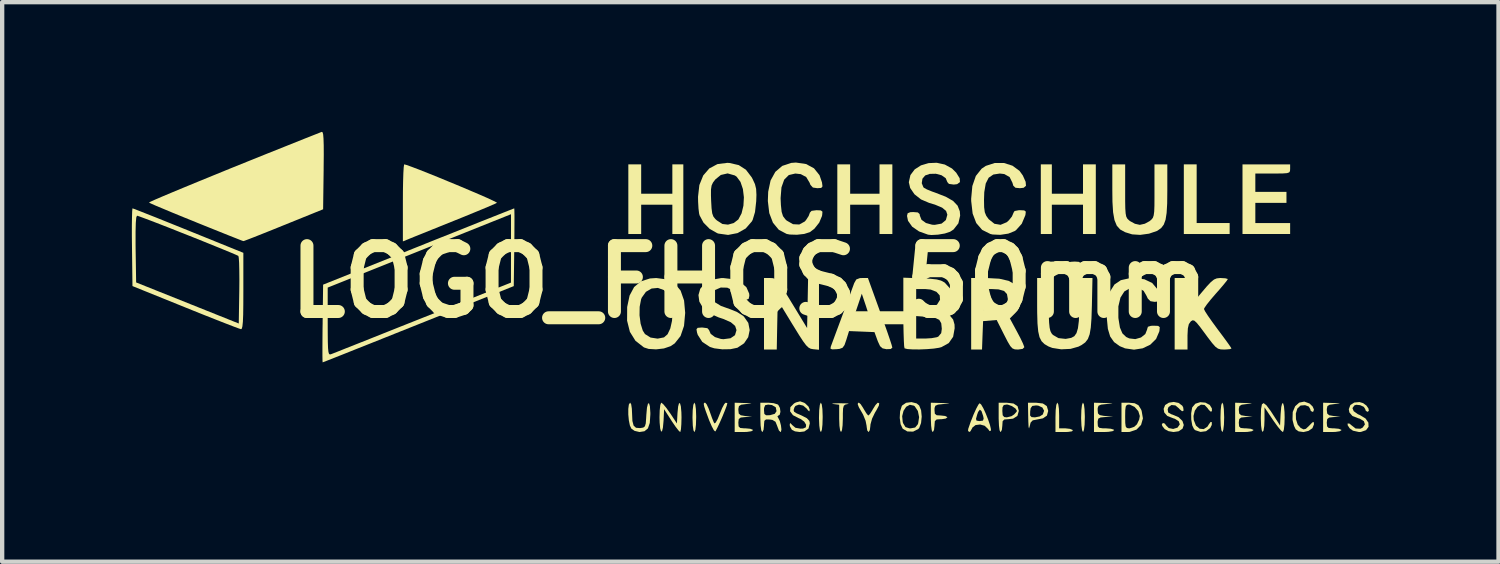
<source format=kicad_pcb>
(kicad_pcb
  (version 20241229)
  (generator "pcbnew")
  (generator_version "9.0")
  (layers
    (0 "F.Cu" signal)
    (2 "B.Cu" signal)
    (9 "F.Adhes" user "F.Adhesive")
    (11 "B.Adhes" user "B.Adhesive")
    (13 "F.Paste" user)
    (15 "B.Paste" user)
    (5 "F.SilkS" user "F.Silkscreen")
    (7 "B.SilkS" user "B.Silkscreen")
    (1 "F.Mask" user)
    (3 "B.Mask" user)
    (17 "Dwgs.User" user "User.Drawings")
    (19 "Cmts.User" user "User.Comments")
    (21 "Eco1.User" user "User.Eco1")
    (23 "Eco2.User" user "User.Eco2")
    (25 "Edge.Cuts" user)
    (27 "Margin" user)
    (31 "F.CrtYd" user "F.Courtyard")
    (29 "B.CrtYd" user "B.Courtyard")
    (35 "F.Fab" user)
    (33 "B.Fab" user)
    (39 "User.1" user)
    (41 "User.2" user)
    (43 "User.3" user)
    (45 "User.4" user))
  (footprint "LOGO_FHOS_50mm"
    (layer "F.Cu")
    (at 14.283 3.466)
    (property "Reference" "LOGO_FHOS_50mm" (at 0 0 0) (layer "F.SilkS") (effects (font (size 1.524 1.524) (thickness 0.3))))
    (attr board_only exclude_from_pos_files exclude_from_bom)
    (fp_poly (pts (xy 10.347 -1.357) (xy 11.11 -1.357) (xy 11.11 -1.103) (xy 10.05 -1.103) (xy 10.05 -2.714) (xy 10.347 -2.714)) (stroke (width 0) (type solid)) (fill yes) (layer "F.SilkS"))
    (fp_poly (pts (xy -2.502 -2.035) (xy -1.781 -2.035) (xy -1.781 -2.714) (xy -1.527 -2.714) (xy -1.527 -1.103) (xy -1.781 -1.103) (xy -1.781 -1.781) (xy -2.502 -1.781) (xy -2.502 -1.103) (xy -2.799 -1.103) (xy -2.799 -2.714) (xy -2.502 -2.714)) (stroke (width 0) (type solid)) (fill yes) (layer "F.SilkS"))
    (fp_poly (pts (xy 2.332 -2.035) (xy 3.011 -2.035) (xy 3.011 -2.714) (xy 3.308 -2.714) (xy 3.308 -1.103) (xy 3.011 -1.103) (xy 3.011 -1.781) (xy 2.332 -1.781) (xy 2.332 -1.103) (xy 2.035 -1.103) (xy 2.035 -2.714) (xy 2.332 -2.714)) (stroke (width 0) (type solid)) (fill yes) (layer "F.SilkS"))
    (fp_poly (pts (xy 6.997 -2.035) (xy 7.718 -2.035) (xy 7.718 -2.714) (xy 8.014 -2.714) (xy 8.014 -1.103) (xy 7.718 -1.103) (xy 7.718 -1.781) (xy 6.997 -1.781) (xy 6.997 -1.103) (xy 6.742 -1.103) (xy 6.742 -2.714) (xy 6.997 -2.714)) (stroke (width 0) (type solid)) (fill yes) (layer "F.SilkS"))
    (fp_poly (pts (xy 7.118 -0.459) (xy 7.158 -0.423) (xy 7.166 -0.339) (xy 7.158 -0.254) (xy 7.116 -0.219) (xy 7.018 -0.212) (xy 6.918 -0.219) (xy 6.877 -0.255) (xy 6.869 -0.339) (xy 6.878 -0.425) (xy 6.92 -0.46) (xy 7.018 -0.466)) (stroke (width 0) (type solid)) (fill yes) (layer "F.SilkS"))
    (fp_poly (pts (xy 7.626 -0.459) (xy 7.667 -0.423) (xy 7.675 -0.339) (xy 7.667 -0.254) (xy 7.625 -0.219) (xy 7.527 -0.212) (xy 7.427 -0.219) (xy 7.386 -0.255) (xy 7.378 -0.339) (xy 7.387 -0.425) (xy 7.429 -0.46) (xy 7.527 -0.466)) (stroke (width 0) (type solid)) (fill yes) (layer "F.SilkS"))
    (fp_poly (pts (xy -1.251 2.838) (xy -1.236 2.947) (xy -1.23 3.108) (xy -1.23 3.138) (xy -1.235 3.306) (xy -1.248 3.424) (xy -1.268 3.476) (xy -1.272 3.477) (xy -1.293 3.437) (xy -1.308 3.329) (xy -1.314 3.168) (xy -1.315 3.138) (xy -1.31 2.97) (xy -1.296 2.852) (xy -1.276 2.8) (xy -1.272 2.799)) (stroke (width 0) (type solid)) (fill yes) (layer "F.SilkS"))
    (fp_poly (pts (xy 1.675 2.838) (xy 1.69 2.947) (xy 1.696 3.108) (xy 1.696 3.138) (xy 1.691 3.306) (xy 1.678 3.424) (xy 1.658 3.476) (xy 1.654 3.477) (xy 1.633 3.437) (xy 1.618 3.329) (xy 1.611 3.168) (xy 1.611 3.138) (xy 1.616 2.97) (xy 1.63 2.852) (xy 1.65 2.8) (xy 1.654 2.799)) (stroke (width 0) (type solid)) (fill yes) (layer "F.SilkS"))
    (fp_poly (pts (xy 7.739 2.838) (xy 7.753 2.947) (xy 7.76 3.108) (xy 7.76 3.138) (xy 7.755 3.306) (xy 7.741 3.424) (xy 7.721 3.476) (xy 7.718 3.477) (xy 7.697 3.437) (xy 7.682 3.329) (xy 7.675 3.168) (xy 7.675 3.138) (xy 7.68 2.97) (xy 7.694 2.852) (xy 7.714 2.8) (xy 7.718 2.799)) (stroke (width 0) (type solid)) (fill yes) (layer "F.SilkS"))
    (fp_poly (pts (xy 10.961 2.838) (xy 10.976 2.947) (xy 10.982 3.108) (xy 10.983 3.138) (xy 10.978 3.306) (xy 10.964 3.424) (xy 10.944 3.476) (xy 10.94 3.477) (xy 10.919 3.437) (xy 10.904 3.329) (xy 10.898 3.168) (xy 10.898 3.138) (xy 10.903 2.97) (xy 10.916 2.852) (xy 10.936 2.8) (xy 10.94 2.799)) (stroke (width 0) (type solid)) (fill yes) (layer "F.SilkS"))
    (fp_poly (pts (xy 7.146 2.838) (xy 7.161 2.943) (xy 7.166 3.095) (xy 7.166 3.392) (xy 7.312 3.392) (xy 7.418 3.404) (xy 7.481 3.431) (xy 7.484 3.435) (xy 7.463 3.461) (xy 7.369 3.475) (xy 7.296 3.477) (xy 7.081 3.477) (xy 7.081 3.138) (xy 7.086 2.97) (xy 7.1 2.852) (xy 7.12 2.8) (xy 7.124 2.799)) (stroke (width 0) (type solid)) (fill yes) (layer "F.SilkS"))
    (fp_poly (pts (xy 12.509 -2.608) (xy 12.506 -2.559) (xy 12.487 -2.528) (xy 12.436 -2.511) (xy 12.337 -2.504) (xy 12.174 -2.502) (xy 12.106 -2.502) (xy 11.704 -2.502) (xy 11.704 -2.078) (xy 12.424 -2.078) (xy 12.424 -1.823) (xy 11.704 -1.823) (xy 11.704 -1.357) (xy 12.509 -1.357) (xy 12.509 -1.103) (xy 11.407 -1.103) (xy 11.407 -2.714) (xy 12.509 -2.714)) (stroke (width 0) (type solid)) (fill yes) (layer "F.SilkS"))
    (fp_poly (pts (xy 2.226 2.814) (xy 2.293 2.819) (xy 2.29 2.827) (xy 2.279 2.829) (xy 2.22 2.842) (xy 2.185 2.869) (xy 2.168 2.932) (xy 2.163 3.047) (xy 2.163 3.162) (xy 2.157 3.321) (xy 2.143 3.432) (xy 2.122 3.477) (xy 2.12 3.477) (xy 2.099 3.438) (xy 2.084 3.331) (xy 2.078 3.175) (xy 2.078 3.162) (xy 2.078 2.846) (xy 1.94 2.829) (xy 1.91 2.821) (xy 1.956 2.815) (xy 2.066 2.812) (xy 2.099 2.812)) (stroke (width 0) (type solid)) (fill yes) (layer "F.SilkS"))
    (fp_poly (pts (xy 0.542 -0.082) (xy 0.59 -0.067) (xy 0.639 -0.028) (xy 0.699 0.044) (xy 0.777 0.16) (xy 0.884 0.33) (xy 0.984 0.494) (xy 1.336 1.072) (xy 1.348 0.494) (xy 1.359 -0.085) (xy 1.611 -0.085) (xy 1.611 1.574) (xy 1.475 1.561) (xy 1.42 1.551) (xy 1.369 1.524) (xy 1.313 1.47) (xy 1.244 1.378) (xy 1.152 1.237) (xy 1.028 1.036) (xy 0.998 0.988) (xy 0.657 0.428) (xy 0.645 0.998) (xy 0.634 1.569) (xy 0.339 1.569) (xy 0.339 -0.085) (xy 0.485 -0.085)) (stroke (width 0) (type solid)) (fill yes) (layer "F.SilkS"))
    (fp_poly (pts (xy -0.51 2.808) (xy -0.509 2.81) (xy -0.524 2.869) (xy -0.565 2.978) (xy -0.62 3.113) (xy -0.68 3.251) (xy -0.736 3.371) (xy -0.776 3.448) (xy -0.79 3.465) (xy -0.822 3.434) (xy -0.871 3.342) (xy -0.93 3.205) (xy -0.944 3.167) (xy -1.008 2.994) (xy -1.044 2.886) (xy -1.055 2.827) (xy -1.046 2.803) (xy -1.021 2.799) (xy -0.988 2.836) (xy -0.943 2.931) (xy -0.91 3.021) (xy -0.864 3.151) (xy -0.825 3.247) (xy -0.807 3.278) (xy -0.778 3.259) (xy -0.733 3.178) (xy -0.683 3.055) (xy -0.629 2.923) (xy -0.58 2.831) (xy -0.549 2.799)) (stroke (width 0) (type solid)) (fill yes) (layer "F.SilkS"))
    (fp_poly (pts (xy -0.117 2.806) (xy 0.007 2.811) (xy 0.049 2.815) (xy 0.015 2.821) (xy -0.074 2.83) (xy -0.188 2.845) (xy -0.24 2.876) (xy -0.254 2.941) (xy -0.254 2.968) (xy -0.245 3.05) (xy -0.2 3.089) (xy -0.095 3.107) (xy -0.095 3.107) (xy 0.064 3.124) (xy -0.095 3.131) (xy -0.2 3.142) (xy -0.245 3.176) (xy -0.254 3.255) (xy -0.254 3.265) (xy -0.248 3.347) (xy -0.211 3.383) (xy -0.121 3.392) (xy -0.085 3.392) (xy 0.021 3.402) (xy 0.08 3.425) (xy 0.085 3.435) (xy 0.047 3.459) (xy -0.051 3.474) (xy -0.127 3.477) (xy -0.339 3.477) (xy -0.339 2.799)) (stroke (width 0) (type solid)) (fill yes) (layer "F.SilkS"))
    (fp_poly (pts (xy 4.442 2.806) (xy 4.575 2.811) (xy 4.627 2.815) (xy 4.602 2.82) (xy 4.502 2.828) (xy 4.484 2.83) (xy 4.363 2.843) (xy 4.303 2.869) (xy 4.284 2.921) (xy 4.283 2.971) (xy 4.291 3.055) (xy 4.334 3.089) (xy 4.431 3.095) (xy 4.529 3.106) (xy 4.578 3.132) (xy 4.58 3.138) (xy 4.542 3.166) (xy 4.451 3.18) (xy 4.431 3.18) (xy 4.332 3.187) (xy 4.291 3.224) (xy 4.283 3.317) (xy 4.283 3.329) (xy 4.272 3.427) (xy 4.246 3.476) (xy 4.24 3.477) (xy 4.219 3.437) (xy 4.205 3.329) (xy 4.198 3.168) (xy 4.198 3.138) (xy 4.198 2.799)) (stroke (width 0) (type solid)) (fill yes) (layer "F.SilkS"))
    (fp_poly (pts (xy 6.789 2.817) (xy 6.88 2.877) (xy 6.912 2.983) (xy 6.912 2.993) (xy 6.883 3.098) (xy 6.791 3.161) (xy 6.657 3.187) (xy 6.555 3.207) (xy 6.506 3.259) (xy 6.483 3.35) (xy 6.469 3.395) (xy 6.459 3.357) (xy 6.453 3.235) (xy 6.451 3.148) (xy 6.45 3.095) (xy 6.494 3.095) (xy 6.528 3.132) (xy 6.607 3.138) (xy 6.717 3.116) (xy 6.788 3.071) (xy 6.818 2.985) (xy 6.779 2.911) (xy 6.684 2.867) (xy 6.632 2.862) (xy 6.545 2.874) (xy 6.507 2.925) (xy 6.496 3) (xy 6.494 3.095) (xy 6.45 3.095) (xy 6.445 2.799) (xy 6.628 2.799)) (stroke (width 0) (type solid)) (fill yes) (layer "F.SilkS"))
    (fp_poly (pts (xy 11.46 2.806) (xy 11.583 2.811) (xy 11.626 2.815) (xy 11.591 2.821) (xy 11.502 2.83) (xy 11.389 2.845) (xy 11.337 2.876) (xy 11.322 2.941) (xy 11.322 2.968) (xy 11.331 3.05) (xy 11.376 3.089) (xy 11.481 3.107) (xy 11.481 3.107) (xy 11.64 3.124) (xy 11.481 3.131) (xy 11.376 3.142) (xy 11.332 3.176) (xy 11.322 3.255) (xy 11.322 3.265) (xy 11.329 3.347) (xy 11.365 3.383) (xy 11.455 3.392) (xy 11.491 3.392) (xy 11.598 3.402) (xy 11.657 3.425) (xy 11.661 3.435) (xy 11.623 3.459) (xy 11.525 3.474) (xy 11.449 3.477) (xy 11.237 3.477) (xy 11.237 2.799)) (stroke (width 0) (type solid)) (fill yes) (layer "F.SilkS"))
    (fp_poly (pts (xy 11.961 2.859) (xy 12.057 2.988) (xy 12.106 3.063) (xy 12.276 3.327) (xy 12.289 3.063) (xy 12.303 2.9) (xy 12.324 2.817) (xy 12.346 2.811) (xy 12.366 2.879) (xy 12.379 3.017) (xy 12.382 3.138) (xy 12.377 3.301) (xy 12.364 3.42) (xy 12.345 3.475) (xy 12.34 3.477) (xy 12.299 3.444) (xy 12.226 3.357) (xy 12.135 3.232) (xy 12.107 3.191) (xy 11.916 2.906) (xy 11.916 3.191) (xy 11.91 3.339) (xy 11.894 3.441) (xy 11.873 3.477) (xy 11.852 3.437) (xy 11.837 3.329) (xy 11.831 3.168) (xy 11.831 3.138) (xy 11.836 2.946) (xy 11.856 2.837) (xy 11.896 2.808)) (stroke (width 0) (type solid)) (fill yes) (layer "F.SilkS"))
    (fp_poly (pts (xy 13.495 2.806) (xy 13.619 2.811) (xy 13.661 2.815) (xy 13.627 2.821) (xy 13.537 2.83) (xy 13.424 2.845) (xy 13.372 2.876) (xy 13.358 2.941) (xy 13.357 2.968) (xy 13.367 3.05) (xy 13.411 3.089) (xy 13.516 3.107) (xy 13.516 3.107) (xy 13.675 3.124) (xy 13.516 3.131) (xy 13.412 3.142) (xy 13.367 3.176) (xy 13.357 3.255) (xy 13.357 3.265) (xy 13.364 3.347) (xy 13.4 3.383) (xy 13.49 3.392) (xy 13.527 3.392) (xy 13.633 3.402) (xy 13.692 3.425) (xy 13.696 3.435) (xy 13.658 3.459) (xy 13.561 3.474) (xy 13.484 3.477) (xy 13.272 3.477) (xy 13.272 2.799)) (stroke (width 0) (type solid)) (fill yes) (layer "F.SilkS"))
    (fp_poly (pts (xy -2.733 2.837) (xy -2.718 2.937) (xy -2.713 3.042) (xy -2.705 3.221) (xy -2.677 3.328) (xy -2.622 3.379) (xy -2.532 3.386) (xy -2.518 3.385) (xy -2.453 3.374) (xy -2.416 3.345) (xy -2.396 3.279) (xy -2.387 3.157) (xy -2.383 3.085) (xy -2.368 2.914) (xy -2.345 2.822) (xy -2.321 2.811) (xy -2.3 2.88) (xy -2.29 3.032) (xy -2.29 3.071) (xy -2.303 3.267) (xy -2.346 3.393) (xy -2.426 3.459) (xy -2.541 3.477) (xy -2.655 3.45) (xy -2.728 3.4) (xy -2.763 3.326) (xy -2.787 3.209) (xy -2.8 3.072) (xy -2.8 2.942) (xy -2.787 2.842) (xy -2.759 2.799) (xy -2.756 2.799)) (stroke (width 0) (type solid)) (fill yes) (layer "F.SilkS"))
    (fp_poly (pts (xy -1.993 2.832) (xy -1.921 2.918) (xy -1.835 3.039) (xy -1.834 3.039) (xy -1.675 3.28) (xy -1.662 3.039) (xy -1.647 2.886) (xy -1.627 2.812) (xy -1.604 2.812) (xy -1.584 2.884) (xy -1.572 3.021) (xy -1.569 3.138) (xy -1.573 3.295) (xy -1.582 3.414) (xy -1.596 3.473) (xy -1.601 3.477) (xy -1.637 3.443) (xy -1.705 3.356) (xy -1.79 3.232) (xy -1.802 3.213) (xy -1.972 2.949) (xy -1.984 3.213) (xy -1.999 3.376) (xy -2.02 3.459) (xy -2.042 3.465) (xy -2.062 3.397) (xy -2.075 3.259) (xy -2.078 3.138) (xy -2.073 2.972) (xy -2.06 2.854) (xy -2.04 2.8) (xy -2.036 2.799)) (stroke (width 0) (type solid)) (fill yes) (layer "F.SilkS"))
    (fp_poly (pts (xy 3.005 2.814) (xy 2.995 2.868) (xy 2.939 2.974) (xy 2.904 3.032) (xy 2.839 3.167) (xy 2.802 3.301) (xy 2.799 3.339) (xy 2.787 3.433) (xy 2.759 3.477) (xy 2.756 3.477) (xy 2.727 3.44) (xy 2.713 3.35) (xy 2.713 3.339) (xy 2.689 3.217) (xy 2.632 3.076) (xy 2.607 3.032) (xy 2.532 2.902) (xy 2.505 2.828) (xy 2.522 2.8) (xy 2.535 2.799) (xy 2.574 2.832) (xy 2.63 2.917) (xy 2.647 2.947) (xy 2.704 3.041) (xy 2.746 3.092) (xy 2.753 3.095) (xy 2.788 3.062) (xy 2.842 2.978) (xy 2.859 2.947) (xy 2.918 2.853) (xy 2.966 2.802) (xy 2.975 2.799)) (stroke (width 0) (type solid)) (fill yes) (layer "F.SilkS"))
    (fp_poly (pts (xy 8.216 2.806) (xy 8.349 2.811) (xy 8.401 2.815) (xy 8.376 2.82) (xy 8.276 2.828) (xy 8.258 2.83) (xy 8.137 2.843) (xy 8.077 2.869) (xy 8.058 2.921) (xy 8.057 2.968) (xy 8.064 3.046) (xy 8.103 3.085) (xy 8.196 3.103) (xy 8.237 3.107) (xy 8.417 3.123) (xy 8.237 3.13) (xy 8.124 3.14) (xy 8.072 3.167) (xy 8.057 3.23) (xy 8.057 3.265) (xy 8.062 3.343) (xy 8.094 3.38) (xy 8.176 3.392) (xy 8.248 3.392) (xy 8.361 3.401) (xy 8.43 3.422) (xy 8.438 3.435) (xy 8.4 3.458) (xy 8.301 3.473) (xy 8.205 3.477) (xy 7.972 3.477) (xy 7.972 2.799)) (stroke (width 0) (type solid)) (fill yes) (layer "F.SilkS"))
    (fp_poly (pts (xy 8.767 2.799) (xy 8.912 2.811) (xy 9 2.857) (xy 9.06 2.953) (xy 9.074 2.987) (xy 9.104 3.162) (xy 9.061 3.312) (xy 8.956 3.421) (xy 8.799 3.474) (xy 8.747 3.477) (xy 8.608 3.477) (xy 8.608 3.117) (xy 8.693 3.117) (xy 8.695 3.265) (xy 8.705 3.347) (xy 8.732 3.384) (xy 8.781 3.392) (xy 8.796 3.392) (xy 8.902 3.357) (xy 8.966 3.298) (xy 9.017 3.19) (xy 9.032 3.107) (xy 8.997 2.994) (xy 8.911 2.896) (xy 8.804 2.844) (xy 8.778 2.841) (xy 8.732 2.85) (xy 8.706 2.888) (xy 8.695 2.975) (xy 8.693 3.117) (xy 8.608 3.117) (xy 8.608 2.799)) (stroke (width 0) (type solid)) (fill yes) (layer "F.SilkS"))
    (fp_poly (pts (xy -7.926 -2.699) (xy -7.807 -2.656) (xy -7.638 -2.592) (xy -7.431 -2.51) (xy -7.198 -2.416) (xy -6.951 -2.314) (xy -6.702 -2.211) (xy -6.463 -2.11) (xy -6.247 -2.018) (xy -6.064 -1.938) (xy -5.929 -1.875) (xy -5.851 -1.836) (xy -5.838 -1.825) (xy -5.886 -1.801) (xy -6.001 -1.751) (xy -6.172 -1.679) (xy -6.388 -1.59) (xy -6.637 -1.488) (xy -6.806 -1.42) (xy -7.077 -1.311) (xy -7.33 -1.209) (xy -7.55 -1.12) (xy -7.725 -1.05) (xy -7.841 -1.003) (xy -7.877 -0.988) (xy -8.014 -0.932) (xy -8.014 -1.823) (xy -8.013 -2.087) (xy -8.009 -2.321) (xy -8.003 -2.51) (xy -7.995 -2.644) (xy -7.986 -2.709) (xy -7.983 -2.714)) (stroke (width 0) (type solid)) (fill yes) (layer "F.SilkS"))
    (fp_poly (pts (xy 10.548 2.797) (xy 10.65 2.851) (xy 10.699 2.931) (xy 10.7 2.998) (xy 10.665 3.003) (xy 10.612 2.946) (xy 10.601 2.926) (xy 10.53 2.851) (xy 10.447 2.844) (xy 10.367 2.893) (xy 10.304 2.984) (xy 10.274 3.106) (xy 10.28 3.2) (xy 10.331 3.328) (xy 10.415 3.4) (xy 10.51 3.41) (xy 10.596 3.353) (xy 10.631 3.296) (xy 10.671 3.243) (xy 10.698 3.25) (xy 10.696 3.314) (xy 10.66 3.385) (xy 10.564 3.458) (xy 10.437 3.475) (xy 10.317 3.436) (xy 10.286 3.41) (xy 10.245 3.325) (xy 10.222 3.191) (xy 10.22 3.043) (xy 10.242 2.916) (xy 10.246 2.905) (xy 10.317 2.822) (xy 10.428 2.787)) (stroke (width 0) (type solid)) (fill yes) (layer "F.SilkS"))
    (fp_poly (pts (xy 3.869 2.815) (xy 3.928 2.863) (xy 3.973 2.974) (xy 3.987 3.121) (xy 3.972 3.268) (xy 3.93 3.382) (xy 3.908 3.407) (xy 3.788 3.468) (xy 3.655 3.464) (xy 3.547 3.4) (xy 3.499 3.297) (xy 3.479 3.152) (xy 3.481 3.111) (xy 3.535 3.111) (xy 3.548 3.246) (xy 3.558 3.276) (xy 3.612 3.363) (xy 3.703 3.392) (xy 3.732 3.392) (xy 3.835 3.373) (xy 3.895 3.301) (xy 3.905 3.276) (xy 3.927 3.133) (xy 3.898 2.99) (xy 3.827 2.883) (xy 3.805 2.867) (xy 3.712 2.847) (xy 3.628 2.893) (xy 3.566 2.987) (xy 3.535 3.111) (xy 3.481 3.111) (xy 3.487 3) (xy 3.525 2.879) (xy 3.535 2.863) (xy 3.626 2.801) (xy 3.751 2.785)) (stroke (width 0) (type solid)) (fill yes) (layer "F.SilkS"))
    (fp_poly (pts (xy 12.957 2.817) (xy 13.028 2.885) (xy 13.06 2.955) (xy 13.046 3.003) (xy 13.018 3.011) (xy 12.98 2.977) (xy 12.976 2.95) (xy 12.94 2.888) (xy 12.855 2.856) (xy 12.754 2.864) (xy 12.748 2.866) (xy 12.676 2.934) (xy 12.641 3.049) (xy 12.644 3.182) (xy 12.684 3.305) (xy 12.751 3.381) (xy 12.819 3.416) (xy 12.873 3.403) (xy 12.947 3.333) (xy 12.953 3.327) (xy 13.023 3.255) (xy 13.053 3.243) (xy 13.06 3.286) (xy 13.06 3.3) (xy 13.024 3.389) (xy 12.933 3.451) (xy 12.818 3.478) (xy 12.705 3.462) (xy 12.638 3.415) (xy 12.599 3.334) (xy 12.568 3.213) (xy 12.564 3.183) (xy 12.569 3.014) (xy 12.625 2.881) (xy 12.719 2.797) (xy 12.836 2.773)) (stroke (width 0) (type solid)) (fill yes) (layer "F.SilkS"))
    (fp_poly (pts (xy 5.361 2.84) (xy 5.412 2.927) (xy 5.469 3.051) (xy 5.523 3.188) (xy 5.566 3.315) (xy 5.588 3.411) (xy 5.587 3.445) (xy 5.558 3.457) (xy 5.518 3.403) (xy 5.443 3.332) (xy 5.338 3.303) (xy 5.233 3.316) (xy 5.161 3.372) (xy 5.152 3.392) (xy 5.113 3.461) (xy 5.083 3.477) (xy 5.058 3.445) (xy 5.064 3.402) (xy 5.121 3.237) (xy 5.148 3.171) (xy 5.243 3.171) (xy 5.254 3.213) (xy 5.312 3.223) (xy 5.33 3.223) (xy 5.404 3.213) (xy 5.42 3.166) (xy 5.408 3.106) (xy 5.369 2.991) (xy 5.331 2.96) (xy 5.291 3.014) (xy 5.27 3.073) (xy 5.243 3.171) (xy 5.148 3.171) (xy 5.185 3.076) (xy 5.248 2.937) (xy 5.299 2.842) (xy 5.327 2.811)) (stroke (width 0) (type solid)) (fill yes) (layer "F.SilkS"))
    (fp_poly (pts (xy 6.111 2.818) (xy 6.203 2.878) (xy 6.233 2.984) (xy 6.233 2.989) (xy 6.2 3.105) (xy 6.1 3.168) (xy 5.992 3.18) (xy 5.898 3.187) (xy 5.859 3.226) (xy 5.852 3.323) (xy 5.852 3.329) (xy 5.841 3.427) (xy 5.815 3.476) (xy 5.809 3.477) (xy 5.788 3.437) (xy 5.774 3.329) (xy 5.767 3.168) (xy 5.767 3.138) (xy 5.767 2.989) (xy 5.852 2.989) (xy 5.86 3.09) (xy 5.896 3.131) (xy 5.955 3.138) (xy 6.064 3.111) (xy 6.124 3.071) (xy 6.177 3.013) (xy 6.191 2.989) (xy 6.156 2.933) (xy 6.074 2.877) (xy 5.981 2.844) (xy 5.955 2.841) (xy 5.885 2.853) (xy 5.856 2.904) (xy 5.852 2.989) (xy 5.767 2.989) (xy 5.767 2.799) (xy 5.949 2.799)) (stroke (width 0) (type solid)) (fill yes) (layer "F.SilkS"))
    (fp_poly (pts (xy 6.919 0.529) (xy 6.926 0.772) (xy 6.934 0.946) (xy 6.946 1.064) (xy 6.964 1.142) (xy 6.99 1.194) (xy 7.022 1.231) (xy 7.15 1.305) (xy 7.317 1.323) (xy 7.446 1.299) (xy 7.516 1.261) (xy 7.567 1.19) (xy 7.601 1.076) (xy 7.622 0.906) (xy 7.631 0.67) (xy 7.633 0.486) (xy 7.633 -0.085) (xy 7.937 -0.085) (xy 7.923 0.562) (xy 7.914 0.846) (xy 7.898 1.06) (xy 7.872 1.215) (xy 7.831 1.325) (xy 7.77 1.404) (xy 7.685 1.465) (xy 7.613 1.502) (xy 7.429 1.554) (xy 7.214 1.564) (xy 7.009 1.532) (xy 6.92 1.498) (xy 6.828 1.444) (xy 6.759 1.376) (xy 6.712 1.283) (xy 6.682 1.151) (xy 6.665 0.967) (xy 6.658 0.719) (xy 6.657 0.553) (xy 6.657 -0.085) (xy 6.906 -0.085)) (stroke (width 0) (type solid)) (fill yes) (layer "F.SilkS"))
    (fp_poly (pts (xy 14.198 2.809) (xy 14.274 2.865) (xy 14.321 2.933) (xy 14.33 2.99) (xy 14.293 3.011) (xy 14.253 2.976) (xy 14.248 2.948) (xy 14.212 2.894) (xy 14.129 2.856) (xy 14.037 2.847) (xy 13.996 2.861) (xy 13.95 2.923) (xy 13.979 2.995) (xy 14.075 3.064) (xy 14.121 3.084) (xy 14.252 3.163) (xy 14.319 3.26) (xy 14.323 3.356) (xy 14.265 3.434) (xy 14.146 3.475) (xy 14.101 3.477) (xy 13.962 3.446) (xy 13.887 3.392) (xy 13.84 3.321) (xy 13.839 3.279) (xy 13.884 3.283) (xy 13.92 3.315) (xy 14.024 3.396) (xy 14.136 3.401) (xy 14.187 3.374) (xy 14.239 3.301) (xy 14.215 3.227) (xy 14.124 3.17) (xy 14.092 3.161) (xy 13.949 3.106) (xy 13.879 3.023) (xy 13.866 2.949) (xy 13.902 2.853) (xy 13.993 2.795) (xy 14.113 2.784)) (stroke (width 0) (type solid)) (fill yes) (layer "F.SilkS"))
    (fp_poly (pts (xy 9.929 2.804) (xy 10.014 2.868) (xy 10.035 2.906) (xy 10.045 2.981) (xy 10.011 2.997) (xy 9.95 2.947) (xy 9.939 2.932) (xy 9.856 2.862) (xy 9.765 2.852) (xy 9.696 2.899) (xy 9.676 2.953) (xy 9.689 3.026) (xy 9.765 3.068) (xy 9.782 3.072) (xy 9.929 3.134) (xy 10.018 3.221) (xy 10.049 3.315) (xy 10.02 3.4) (xy 9.93 3.46) (xy 9.811 3.477) (xy 9.694 3.457) (xy 9.608 3.41) (xy 9.554 3.341) (xy 9.541 3.304) (xy 9.565 3.267) (xy 9.611 3.283) (xy 9.639 3.323) (xy 9.702 3.386) (xy 9.803 3.406) (xy 9.902 3.376) (xy 9.906 3.373) (xy 9.957 3.3) (xy 9.932 3.227) (xy 9.84 3.17) (xy 9.81 3.161) (xy 9.668 3.106) (xy 9.597 3.025) (xy 9.583 2.941) (xy 9.618 2.852) (xy 9.705 2.798) (xy 9.817 2.781)) (stroke (width 0) (type solid)) (fill yes) (layer "F.SilkS"))
    (fp_poly (pts (xy -9.872 -3.457) (xy -9.858 -3.407) (xy -9.85 -3.309) (xy -9.845 -3.154) (xy -9.844 -2.932) (xy -9.847 -2.636) (xy -9.847 -2.581) (xy -9.859 -1.675) (xy -10.771 -1.306) (xy -11.03 -1.201) (xy -11.263 -1.108) (xy -11.457 -1.031) (xy -11.602 -0.975) (xy -11.687 -0.943) (xy -11.704 -0.939) (xy -11.747 -0.954) (xy -11.858 -0.998) (xy -12.028 -1.065) (xy -12.245 -1.152) (xy -12.499 -1.254) (xy -12.78 -1.367) (xy -12.793 -1.373) (xy -13.075 -1.487) (xy -13.332 -1.592) (xy -13.551 -1.684) (xy -13.724 -1.756) (xy -13.839 -1.807) (xy -13.887 -1.83) (xy -13.887 -1.83) (xy -13.853 -1.85) (xy -13.747 -1.898) (xy -13.577 -1.971) (xy -13.349 -2.067) (xy -13.07 -2.183) (xy -12.747 -2.316) (xy -12.388 -2.463) (xy -11.999 -2.622) (xy -11.587 -2.788) (xy -11.16 -2.96) (xy -10.724 -3.134) (xy -10.287 -3.309) (xy -9.89 -3.466)) (stroke (width 0) (type solid)) (fill yes) (layer "F.SilkS"))
    (fp_poly (pts (xy 1.268 2.8) (xy 1.292 2.815) (xy 1.368 2.888) (xy 1.397 2.959) (xy 1.388 3) (xy 1.356 2.974) (xy 1.328 2.936) (xy 1.246 2.866) (xy 1.149 2.843) (xy 1.068 2.872) (xy 1.043 2.908) (xy 1.024 2.968) (xy 1.035 3.007) (xy 1.092 3.044) (xy 1.209 3.095) (xy 1.331 3.158) (xy 1.388 3.219) (xy 1.399 3.276) (xy 1.368 3.398) (xy 1.273 3.464) (xy 1.166 3.477) (xy 1.056 3.462) (xy 0.984 3.426) (xy 0.939 3.345) (xy 0.934 3.31) (xy 0.942 3.268) (xy 0.975 3.296) (xy 0.989 3.314) (xy 1.067 3.379) (xy 1.182 3.399) (xy 1.243 3.397) (xy 1.307 3.368) (xy 1.313 3.308) (xy 1.269 3.236) (xy 1.184 3.174) (xy 1.148 3.16) (xy 1.009 3.088) (xy 0.942 2.997) (xy 0.949 2.902) (xy 1.033 2.817) (xy 1.078 2.792) (xy 1.175 2.767)) (stroke (width 0) (type solid)) (fill yes) (layer "F.SilkS"))
    (fp_poly (pts (xy 8.693 -2.102) (xy 8.693 -1.863) (xy 8.696 -1.694) (xy 8.704 -1.58) (xy 8.718 -1.507) (xy 8.742 -1.46) (xy 8.778 -1.424) (xy 8.805 -1.402) (xy 8.919 -1.34) (xy 9.032 -1.315) (xy 9.148 -1.341) (xy 9.26 -1.402) (xy 9.303 -1.439) (xy 9.334 -1.478) (xy 9.353 -1.535) (xy 9.365 -1.624) (xy 9.37 -1.76) (xy 9.371 -1.958) (xy 9.371 -2.102) (xy 9.371 -2.714) (xy 9.668 -2.714) (xy 9.668 -2.097) (xy 9.665 -1.808) (xy 9.652 -1.59) (xy 9.627 -1.432) (xy 9.586 -1.32) (xy 9.526 -1.241) (xy 9.443 -1.182) (xy 9.424 -1.172) (xy 9.245 -1.111) (xy 9.04 -1.083) (xy 8.855 -1.095) (xy 8.841 -1.099) (xy 8.692 -1.145) (xy 8.579 -1.207) (xy 8.499 -1.296) (xy 8.446 -1.425) (xy 8.414 -1.605) (xy 8.399 -1.847) (xy 8.396 -2.119) (xy 8.396 -2.714) (xy 8.693 -2.714)) (stroke (width 0) (type solid)) (fill yes) (layer "F.SilkS"))
    (fp_poly (pts (xy -1.911 -0.053) (xy -1.723 0.044) (xy -1.59 0.206) (xy -1.51 0.434) (xy -1.484 0.722) (xy -1.511 1.022) (xy -1.591 1.257) (xy -1.725 1.426) (xy -1.823 1.492) (xy -1.976 1.544) (xy -2.157 1.565) (xy -2.329 1.555) (xy -2.438 1.52) (xy -2.634 1.367) (xy -2.763 1.16) (xy -2.828 0.901) (xy -2.827 0.778) (xy -2.54 0.778) (xy -2.515 0.971) (xy -2.465 1.131) (xy -2.414 1.211) (xy -2.285 1.292) (xy -2.121 1.317) (xy -1.974 1.288) (xy -1.891 1.215) (xy -1.828 1.08) (xy -1.789 0.906) (xy -1.776 0.714) (xy -1.791 0.526) (xy -1.836 0.364) (xy -1.863 0.311) (xy -1.976 0.194) (xy -2.115 0.144) (xy -2.261 0.158) (xy -2.392 0.234) (xy -2.488 0.368) (xy -2.504 0.408) (xy -2.537 0.581) (xy -2.54 0.778) (xy -2.827 0.778) (xy -2.826 0.589) (xy -2.826 0.585) (xy -2.77 0.32) (xy -2.665 0.123) (xy -2.509 -0.008) (xy -2.299 -0.075) (xy -2.153 -0.085)) (stroke (width 0) (type solid)) (fill yes) (layer "F.SilkS"))
    (fp_poly (pts (xy 0.562 2.81) (xy 0.653 2.838) (xy 0.67 2.85) (xy 0.708 2.922) (xy 0.719 3.01) (xy 0.702 3.078) (xy 0.673 3.095) (xy 0.649 3.117) (xy 0.667 3.148) (xy 0.705 3.224) (xy 0.731 3.324) (xy 0.742 3.417) (xy 0.731 3.472) (xy 0.721 3.477) (xy 0.684 3.441) (xy 0.649 3.351) (xy 0.645 3.339) (xy 0.605 3.24) (xy 0.534 3.197) (xy 0.475 3.188) (xy 0.385 3.186) (xy 0.347 3.218) (xy 0.339 3.309) (xy 0.339 3.326) (xy 0.329 3.425) (xy 0.303 3.476) (xy 0.297 3.477) (xy 0.276 3.437) (xy 0.261 3.329) (xy 0.255 3.168) (xy 0.254 3.138) (xy 0.254 2.971) (xy 0.339 2.971) (xy 0.347 3.059) (xy 0.388 3.09) (xy 0.477 3.088) (xy 0.588 3.056) (xy 0.629 2.995) (xy 0.611 2.905) (xy 0.523 2.853) (xy 0.435 2.842) (xy 0.366 2.857) (xy 0.341 2.92) (xy 0.339 2.971) (xy 0.254 2.971) (xy 0.254 2.799) (xy 0.437 2.799)) (stroke (width 0) (type solid)) (fill yes) (layer "F.SilkS"))
    (fp_poly (pts (xy 5.783 -0.069) (xy 6 -0.019) (xy 6.15 0.068) (xy 6.24 0.198) (xy 6.275 0.374) (xy 6.276 0.416) (xy 6.261 0.559) (xy 6.204 0.667) (xy 6.151 0.725) (xy 6.026 0.85) (xy 6.192 1.157) (xy 6.27 1.305) (xy 6.329 1.429) (xy 6.358 1.506) (xy 6.36 1.516) (xy 6.322 1.554) (xy 6.218 1.569) (xy 6.213 1.569) (xy 6.14 1.565) (xy 6.086 1.543) (xy 6.036 1.489) (xy 5.976 1.388) (xy 5.893 1.227) (xy 5.721 0.886) (xy 5.407 0.912) (xy 5.394 1.24) (xy 5.382 1.569) (xy 5.131 1.569) (xy 5.131 0.396) (xy 5.385 0.396) (xy 5.391 0.529) (xy 5.405 0.625) (xy 5.417 0.654) (xy 5.481 0.673) (xy 5.595 0.672) (xy 5.727 0.655) (xy 5.845 0.627) (xy 5.914 0.595) (xy 5.959 0.517) (xy 5.979 0.404) (xy 5.979 0.399) (xy 5.959 0.286) (xy 5.892 0.214) (xy 5.765 0.178) (xy 5.6 0.17) (xy 5.385 0.17) (xy 5.385 0.396) (xy 5.131 0.396) (xy 5.131 -0.085) (xy 5.493 -0.085)) (stroke (width 0) (type solid)) (fill yes) (layer "F.SilkS"))
    (fp_poly (pts (xy 3.025 0.695) (xy 3.112 0.939) (xy 3.189 1.156) (xy 3.25 1.335) (xy 3.291 1.461) (xy 3.307 1.523) (xy 3.308 1.525) (xy 3.27 1.557) (xy 3.171 1.561) (xy 3.082 1.542) (xy 3.024 1.491) (xy 2.975 1.386) (xy 2.964 1.357) (xy 2.894 1.166) (xy 2.306 1.142) (xy 2.243 1.345) (xy 2.201 1.466) (xy 2.156 1.528) (xy 2.086 1.554) (xy 2.017 1.561) (xy 1.914 1.565) (xy 1.876 1.547) (xy 1.885 1.498) (xy 1.885 1.498) (xy 1.909 1.434) (xy 1.956 1.307) (xy 2.02 1.134) (xy 2.095 0.933) (xy 2.38 0.933) (xy 2.59 0.933) (xy 2.71 0.927) (xy 2.785 0.911) (xy 2.799 0.899) (xy 2.786 0.844) (xy 2.752 0.733) (xy 2.705 0.587) (xy 2.7 0.571) (xy 2.601 0.278) (xy 2.38 0.933) (xy 2.095 0.933) (xy 2.096 0.931) (xy 2.176 0.714) (xy 2.255 0.5) (xy 2.326 0.305) (xy 2.384 0.146) (xy 2.423 0.04) (xy 2.426 0.032) (xy 2.474 -0.052) (xy 2.556 -0.083) (xy 2.605 -0.085) (xy 2.743 -0.085)) (stroke (width 0) (type solid)) (fill yes) (layer "F.SilkS"))
    (fp_poly (pts (xy 9.138 -0.056) (xy 9.318 0.03) (xy 9.434 0.168) (xy 9.494 0.319) (xy 9.49 0.416) (xy 9.421 0.462) (xy 9.372 0.466) (xy 9.278 0.451) (xy 9.217 0.39) (xy 9.184 0.321) (xy 9.12 0.212) (xy 9.025 0.159) (xy 8.971 0.146) (xy 8.805 0.15) (xy 8.674 0.226) (xy 8.584 0.368) (xy 8.536 0.571) (xy 8.536 0.829) (xy 8.539 0.858) (xy 8.572 1.06) (xy 8.629 1.195) (xy 8.717 1.279) (xy 8.789 1.312) (xy 8.928 1.328) (xy 9.06 1.29) (xy 9.159 1.211) (xy 9.202 1.103) (xy 9.202 1.096) (xy 9.22 1.042) (xy 9.291 1.02) (xy 9.355 1.018) (xy 9.456 1.022) (xy 9.493 1.051) (xy 9.487 1.127) (xy 9.482 1.153) (xy 9.408 1.325) (xy 9.274 1.457) (xy 9.098 1.541) (xy 8.898 1.572) (xy 8.69 1.542) (xy 8.568 1.491) (xy 8.436 1.396) (xy 8.346 1.267) (xy 8.293 1.091) (xy 8.27 0.852) (xy 8.269 0.749) (xy 8.287 0.452) (xy 8.344 0.226) (xy 8.445 0.065) (xy 8.593 -0.035) (xy 8.794 -0.08) (xy 8.896 -0.085)) (stroke (width 0) (type solid)) (fill yes) (layer "F.SilkS"))
    (fp_poly (pts (xy 10.156 0.615) (xy 10.449 0.265) (xy 10.581 0.109) (xy 10.676 0.008) (xy 10.748 -0.05) (xy 10.812 -0.077) (xy 10.884 -0.085) (xy 10.905 -0.085) (xy 11.008 -0.079) (xy 11.064 -0.064) (xy 11.067 -0.059) (xy 11.041 -0.019) (xy 10.97 0.069) (xy 10.866 0.191) (xy 10.792 0.274) (xy 10.674 0.411) (xy 10.581 0.528) (xy 10.526 0.608) (xy 10.516 0.632) (xy 10.541 0.684) (xy 10.607 0.787) (xy 10.706 0.928) (xy 10.826 1.092) (xy 10.834 1.103) (xy 10.955 1.264) (xy 11.055 1.401) (xy 11.124 1.499) (xy 11.152 1.545) (xy 11.152 1.546) (xy 11.115 1.56) (xy 11.02 1.568) (xy 10.982 1.569) (xy 10.903 1.566) (xy 10.84 1.548) (xy 10.779 1.503) (xy 10.704 1.418) (xy 10.6 1.282) (xy 10.548 1.211) (xy 10.43 1.052) (xy 10.349 0.952) (xy 10.295 0.902) (xy 10.255 0.892) (xy 10.219 0.912) (xy 10.21 0.92) (xy 10.166 0.982) (xy 10.143 1.082) (xy 10.135 1.242) (xy 10.135 1.279) (xy 10.135 1.569) (xy 9.838 1.569) (xy 9.838 -0.085) (xy 10.131 -0.085)) (stroke (width 0) (type solid)) (fill yes) (layer "F.SilkS"))
    (fp_poly (pts (xy 1.312 -2.722) (xy 1.495 -2.623) (xy 1.623 -2.464) (xy 1.68 -2.298) (xy 1.692 -2.205) (xy 1.663 -2.169) (xy 1.573 -2.163) (xy 1.572 -2.163) (xy 1.47 -2.178) (xy 1.413 -2.24) (xy 1.393 -2.291) (xy 1.315 -2.421) (xy 1.19 -2.488) (xy 1.063 -2.502) (xy 0.913 -2.467) (xy 0.806 -2.36) (xy 0.743 -2.182) (xy 0.723 -1.932) (xy 0.73 -1.773) (xy 0.747 -1.616) (xy 0.779 -1.515) (xy 0.836 -1.44) (xy 0.864 -1.414) (xy 1.011 -1.33) (xy 1.155 -1.323) (xy 1.281 -1.392) (xy 1.311 -1.426) (xy 1.372 -1.52) (xy 1.399 -1.593) (xy 1.399 -1.596) (xy 1.439 -1.639) (xy 1.553 -1.654) (xy 1.654 -1.649) (xy 1.691 -1.62) (xy 1.685 -1.545) (xy 1.68 -1.518) (xy 1.616 -1.366) (xy 1.503 -1.224) (xy 1.399 -1.146) (xy 1.27 -1.105) (xy 1.101 -1.086) (xy 0.936 -1.091) (xy 0.863 -1.105) (xy 0.681 -1.201) (xy 0.546 -1.364) (xy 0.461 -1.587) (xy 0.428 -1.866) (xy 0.436 -2.081) (xy 0.491 -2.341) (xy 0.601 -2.541) (xy 0.762 -2.679) (xy 0.97 -2.748) (xy 1.078 -2.756)) (stroke (width 0) (type solid)) (fill yes) (layer "F.SilkS"))
    (fp_poly (pts (xy 5.889 -2.746) (xy 6.087 -2.683) (xy 6.249 -2.564) (xy 6.326 -2.457) (xy 6.391 -2.311) (xy 6.399 -2.219) (xy 6.346 -2.173) (xy 6.258 -2.163) (xy 6.156 -2.173) (xy 6.106 -2.219) (xy 6.085 -2.29) (xy 6.02 -2.421) (xy 5.897 -2.49) (xy 5.794 -2.502) (xy 5.644 -2.479) (xy 5.536 -2.405) (xy 5.468 -2.271) (xy 5.434 -2.071) (xy 5.428 -1.892) (xy 5.431 -1.721) (xy 5.446 -1.607) (xy 5.48 -1.524) (xy 5.537 -1.445) (xy 5.669 -1.34) (xy 5.811 -1.316) (xy 5.952 -1.375) (xy 6.002 -1.419) (xy 6.073 -1.507) (xy 6.106 -1.583) (xy 6.106 -1.588) (xy 6.135 -1.635) (xy 6.23 -1.653) (xy 6.259 -1.654) (xy 6.359 -1.649) (xy 6.395 -1.621) (xy 6.387 -1.552) (xy 6.384 -1.537) (xy 6.301 -1.34) (xy 6.168 -1.192) (xy 6.137 -1.171) (xy 5.99 -1.112) (xy 5.805 -1.084) (xy 5.626 -1.092) (xy 5.575 -1.104) (xy 5.385 -1.199) (xy 5.249 -1.356) (xy 5.165 -1.576) (xy 5.132 -1.863) (xy 5.131 -1.919) (xy 5.158 -2.213) (xy 5.239 -2.446) (xy 5.373 -2.614) (xy 5.469 -2.679) (xy 5.676 -2.746)) (stroke (width 0) (type solid)) (fill yes) (layer "F.SilkS"))
    (fp_poly (pts (xy -0.459 -2.746) (xy -0.245 -2.697) (xy -0.079 -2.59) (xy 0.055 -2.414) (xy 0.077 -2.372) (xy 0.13 -2.257) (xy 0.157 -2.147) (xy 0.164 -2.009) (xy 0.159 -1.861) (xy 0.131 -1.611) (xy 0.078 -1.433) (xy 0.059 -1.396) (xy -0.084 -1.231) (xy -0.274 -1.124) (xy -0.491 -1.082) (xy -0.715 -1.113) (xy -0.742 -1.122) (xy -0.917 -1.221) (xy -1.061 -1.367) (xy -1.151 -1.535) (xy -1.162 -1.578) (xy -1.176 -1.692) (xy -1.185 -1.85) (xy -1.187 -1.964) (xy -1.183 -2) (xy -0.888 -2) (xy -0.884 -1.875) (xy -0.874 -1.698) (xy -0.859 -1.582) (xy -0.832 -1.507) (xy -0.787 -1.45) (xy -0.75 -1.417) (xy -0.623 -1.335) (xy -0.494 -1.32) (xy -0.361 -1.357) (xy -0.255 -1.439) (xy -0.18 -1.58) (xy -0.137 -1.758) (xy -0.126 -1.952) (xy -0.149 -2.143) (xy -0.205 -2.309) (xy -0.294 -2.429) (xy -0.337 -2.458) (xy -0.502 -2.505) (xy -0.659 -2.469) (xy -0.785 -2.367) (xy -0.841 -2.294) (xy -0.873 -2.225) (xy -0.887 -2.135) (xy -0.888 -2) (xy -1.183 -2) (xy -1.156 -2.236) (xy -1.067 -2.457) (xy -0.926 -2.62) (xy -0.738 -2.72) (xy -0.511 -2.749)) (stroke (width 0) (type solid)) (fill yes) (layer "F.SilkS"))
    (fp_poly (pts (xy -5.435 -1.656) (xy -5.433 -1.543) (xy -5.433 -1.37) (xy -5.434 -1.149) (xy -5.436 -0.893) (xy -5.437 -0.797) (xy -5.449 0.102) (xy -7.653 0.984) (xy -8.062 1.147) (xy -8.447 1.301) (xy -8.8 1.442) (xy -9.115 1.567) (xy -9.385 1.675) (xy -9.602 1.761) (xy -9.759 1.823) (xy -9.85 1.858) (xy -9.87 1.866) (xy -9.873 1.825) (xy -9.875 1.713) (xy -9.875 1.54) (xy -9.874 1.319) (xy -9.872 1.063) (xy -9.87 0.967) (xy -9.87 0.921) (xy -9.753 0.921) (xy -9.752 1.196) (xy -9.75 1.398) (xy -9.745 1.537) (xy -9.736 1.623) (xy -9.723 1.668) (xy -9.703 1.683) (xy -9.679 1.678) (xy -9.626 1.658) (xy -9.502 1.609) (xy -9.315 1.534) (xy -9.072 1.438) (xy -8.78 1.322) (xy -8.449 1.19) (xy -8.085 1.045) (xy -7.695 0.89) (xy -7.559 0.836) (xy -5.514 0.021) (xy -5.513 -0.77) (xy -5.513 -1.561) (xy -7.633 -0.712) (xy -9.753 0.136) (xy -9.753 0.921) (xy -9.87 0.921) (xy -9.859 0.068) (xy -7.654 -0.814) (xy -7.246 -0.978) (xy -6.861 -1.131) (xy -6.508 -1.272) (xy -6.193 -1.398) (xy -5.923 -1.505) (xy -5.706 -1.591) (xy -5.549 -1.653) (xy -5.458 -1.689) (xy -5.438 -1.696)) (stroke (width 0) (type solid)) (fill yes) (layer "F.SilkS"))
    (fp_poly (pts (xy -14.223 -1.681) (xy -14.11 -1.637) (xy -13.938 -1.569) (xy -13.715 -1.481) (xy -13.452 -1.375) (xy -13.158 -1.257) (xy -12.973 -1.182) (xy -11.704 -0.668) (xy -11.704 0.217) (xy -11.705 0.527) (xy -11.708 0.761) (xy -11.715 0.927) (xy -11.726 1.033) (xy -11.741 1.087) (xy -11.757 1.099) (xy -11.808 1.082) (xy -11.927 1.038) (xy -12.106 0.969) (xy -12.333 0.88) (xy -12.599 0.775) (xy -12.893 0.657) (xy -13.039 0.598) (xy -14.269 0.101) (xy -14.28 -0.797) (xy -14.283 -1.063) (xy -14.283 -1.156) (xy -14.197 -1.156) (xy -14.197 -0.873) (xy -14.196 -0.755) (xy -14.184 0.017) (xy -12.997 0.492) (xy -11.81 0.967) (xy -11.798 0.2) (xy -11.796 -0.047) (xy -11.798 -0.264) (xy -11.802 -0.437) (xy -11.81 -0.552) (xy -11.819 -0.595) (xy -11.867 -0.619) (xy -11.981 -0.668) (xy -12.151 -0.738) (xy -12.362 -0.824) (xy -12.604 -0.922) (xy -12.863 -1.026) (xy -13.129 -1.131) (xy -13.388 -1.234) (xy -13.629 -1.328) (xy -13.839 -1.409) (xy -14.007 -1.472) (xy -14.119 -1.513) (xy -14.164 -1.527) (xy -14.181 -1.485) (xy -14.192 -1.36) (xy -14.197 -1.156) (xy -14.283 -1.156) (xy -14.283 -1.298) (xy -14.28 -1.489) (xy -14.276 -1.624) (xy -14.27 -1.691) (xy -14.267 -1.696)) (stroke (width 0) (type solid)) (fill yes) (layer "F.SilkS"))
    (fp_poly (pts (xy -0.381 -0.058) (xy -0.197 0.016) (xy -0.067 0.13) (xy -0.004 0.275) (xy 0 0.327) (xy -0.016 0.397) (xy -0.079 0.422) (xy -0.128 0.424) (xy -0.234 0.404) (xy -0.292 0.33) (xy -0.296 0.321) (xy -0.381 0.202) (xy -0.511 0.138) (xy -0.661 0.135) (xy -0.796 0.193) (xy -0.877 0.283) (xy -0.877 0.377) (xy -0.803 0.471) (xy -0.657 0.56) (xy -0.445 0.636) (xy -0.439 0.638) (xy -0.29 0.698) (xy -0.154 0.783) (xy -0.125 0.808) (xy -0.024 0.953) (xy 0.008 1.119) (xy -0.026 1.283) (xy -0.122 1.425) (xy -0.273 1.526) (xy -0.282 1.529) (xy -0.436 1.561) (xy -0.626 1.564) (xy -0.81 1.541) (xy -0.912 1.509) (xy -1.088 1.393) (xy -1.193 1.23) (xy -1.21 1.177) (xy -1.223 1.1) (xy -1.195 1.067) (xy -1.105 1.06) (xy -1.086 1.06) (xy -0.971 1.075) (xy -0.933 1.117) (xy -0.894 1.206) (xy -0.795 1.281) (xy -0.659 1.324) (xy -0.6 1.33) (xy -0.435 1.308) (xy -0.332 1.237) (xy -0.297 1.119) (xy -0.329 1.023) (xy -0.428 0.938) (xy -0.603 0.861) (xy -0.707 0.827) (xy -0.923 0.732) (xy -1.073 0.605) (xy -1.157 0.46) (xy -1.177 0.309) (xy -1.136 0.165) (xy -1.033 0.043) (xy -0.872 -0.044) (xy -0.652 -0.084) (xy -0.606 -0.085)) (stroke (width 0) (type solid)) (fill yes) (layer "F.SilkS"))
    (fp_poly (pts (xy 4.521 -2.71) (xy 4.688 -2.618) (xy 4.785 -2.522) (xy 4.865 -2.393) (xy 4.872 -2.304) (xy 4.806 -2.256) (xy 4.728 -2.247) (xy 4.617 -2.262) (xy 4.58 -2.304) (xy 4.542 -2.395) (xy 4.446 -2.462) (xy 4.314 -2.497) (xy 4.173 -2.494) (xy 4.068 -2.458) (xy 4.004 -2.383) (xy 3.988 -2.278) (xy 4.026 -2.185) (xy 4.039 -2.172) (xy 4.108 -2.134) (xy 4.226 -2.086) (xy 4.297 -2.061) (xy 4.542 -1.966) (xy 4.712 -1.869) (xy 4.817 -1.759) (xy 4.868 -1.629) (xy 4.876 -1.528) (xy 4.835 -1.35) (xy 4.724 -1.208) (xy 4.643 -1.155) (xy 4.522 -1.115) (xy 4.363 -1.088) (xy 4.211 -1.08) (xy 4.134 -1.088) (xy 3.925 -1.163) (xy 3.766 -1.273) (xy 3.67 -1.409) (xy 3.647 -1.522) (xy 3.662 -1.583) (xy 3.723 -1.608) (xy 3.795 -1.611) (xy 3.898 -1.602) (xy 3.939 -1.564) (xy 3.944 -1.529) (xy 3.982 -1.433) (xy 4.084 -1.358) (xy 4.229 -1.318) (xy 4.289 -1.315) (xy 4.447 -1.344) (xy 4.546 -1.426) (xy 4.58 -1.55) (xy 4.551 -1.637) (xy 4.459 -1.713) (xy 4.295 -1.782) (xy 4.158 -1.823) (xy 3.971 -1.903) (xy 3.819 -2.023) (xy 3.72 -2.168) (xy 3.689 -2.301) (xy 3.726 -2.467) (xy 3.825 -2.598) (xy 3.97 -2.691) (xy 4.146 -2.743) (xy 4.334 -2.751)) (stroke (width 0) (type solid)) (fill yes) (layer "F.SilkS"))
    (fp_poly (pts (xy 3.983 -0.078) (xy 4.191 -0.068) (xy 4.334 -0.052) (xy 4.433 -0.026) (xy 4.508 0.014) (xy 4.524 0.026) (xy 4.645 0.159) (xy 4.699 0.316) (xy 4.683 0.475) (xy 4.596 0.613) (xy 4.557 0.665) (xy 4.569 0.712) (xy 4.639 0.784) (xy 4.714 0.876) (xy 4.746 0.99) (xy 4.749 1.077) (xy 4.714 1.274) (xy 4.612 1.42) (xy 4.444 1.513) (xy 4.389 1.528) (xy 4.266 1.547) (xy 4.108 1.56) (xy 3.937 1.567) (xy 3.779 1.566) (xy 3.656 1.558) (xy 3.592 1.542) (xy 3.59 1.541) (xy 3.581 1.491) (xy 3.574 1.371) (xy 3.568 1.193) (xy 3.563 0.971) (xy 3.562 0.795) (xy 3.859 0.795) (xy 3.859 1.315) (xy 4.074 1.315) (xy 4.216 1.306) (xy 4.333 1.285) (xy 4.37 1.271) (xy 4.438 1.19) (xy 4.452 1.09) (xy 4.439 0.962) (xy 4.393 0.882) (xy 4.296 0.837) (xy 4.131 0.815) (xy 4.117 0.814) (xy 3.859 0.795) (xy 3.562 0.795) (xy 3.562 0.719) (xy 3.562 0.71) (xy 3.562 0.594) (xy 3.859 0.594) (xy 4.068 0.594) (xy 4.236 0.577) (xy 4.34 0.531) (xy 4.343 0.527) (xy 4.411 0.418) (xy 4.403 0.317) (xy 4.328 0.234) (xy 4.195 0.182) (xy 4.068 0.17) (xy 3.859 0.17) (xy 3.859 0.594) (xy 3.562 0.594) (xy 3.562 -0.093)) (stroke (width 0) (type solid)) (fill yes) (layer "F.SilkS")))
  (gr_rect
    (start -3 -3)
    (end 31.612 9.943)
    (stroke (width 0.1) (type default))
    (fill no)
    (layer "Edge.Cuts")))
</source>
